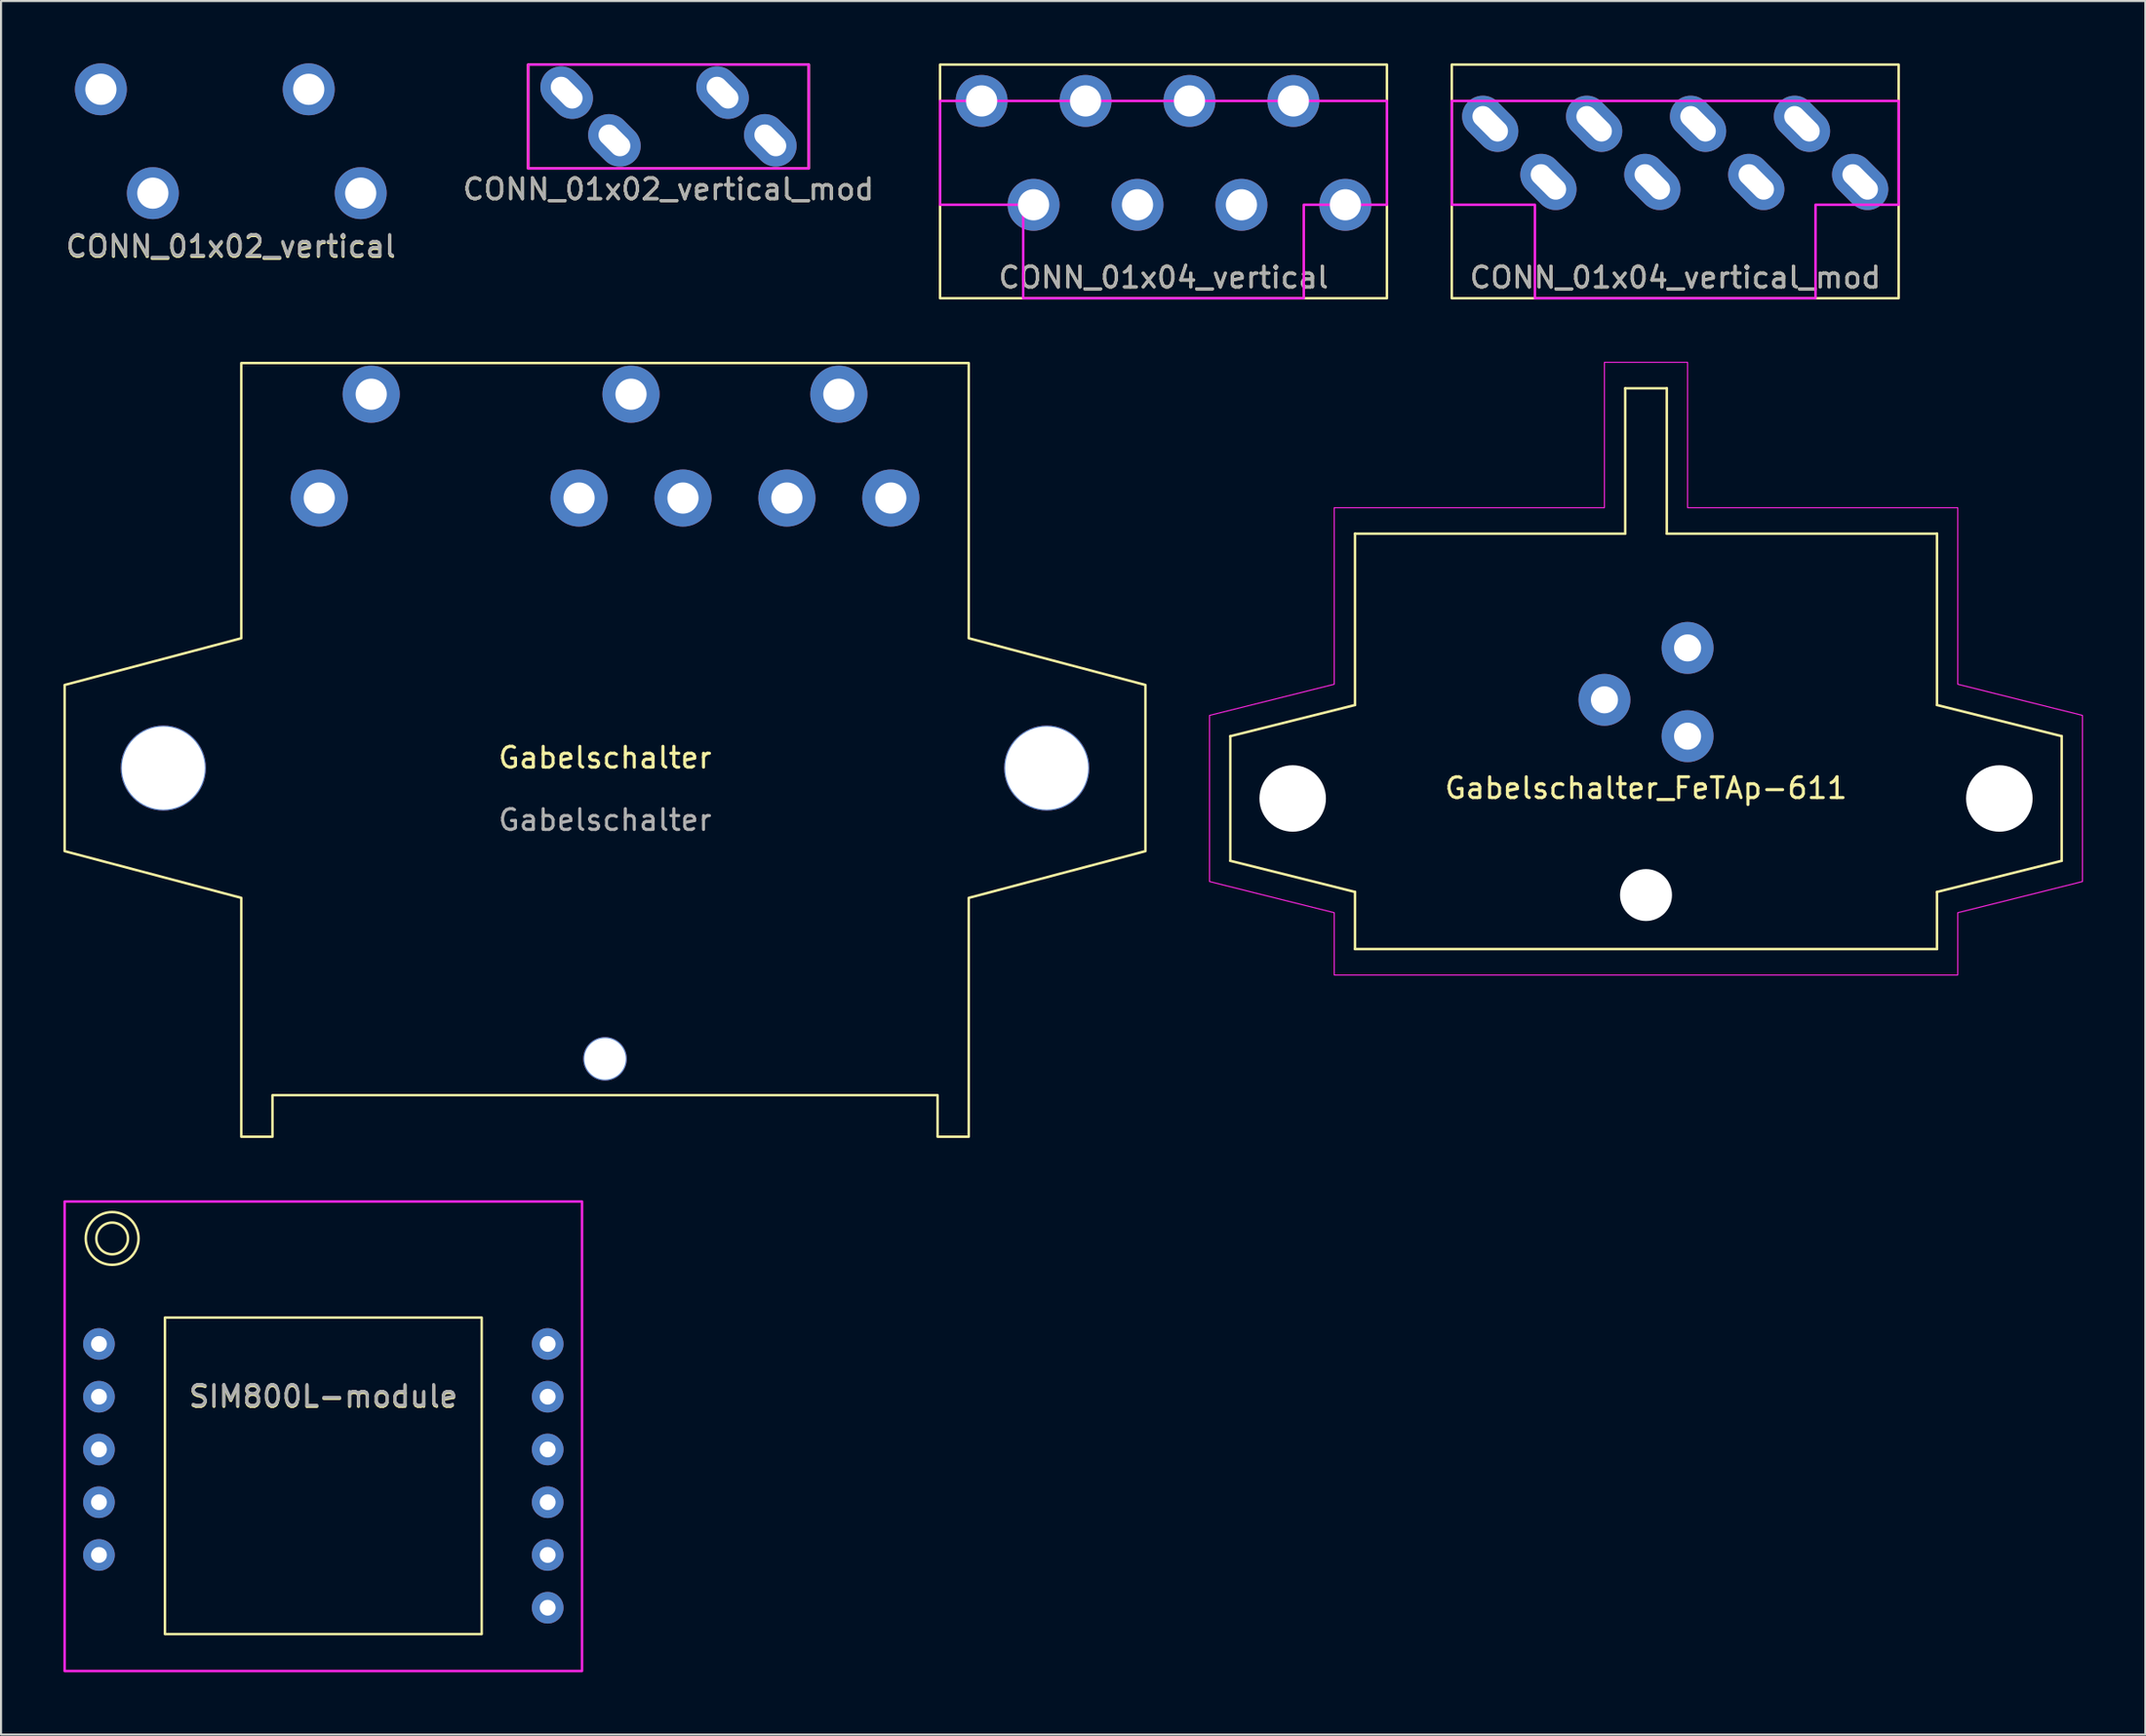
<source format=kicad_pcb>
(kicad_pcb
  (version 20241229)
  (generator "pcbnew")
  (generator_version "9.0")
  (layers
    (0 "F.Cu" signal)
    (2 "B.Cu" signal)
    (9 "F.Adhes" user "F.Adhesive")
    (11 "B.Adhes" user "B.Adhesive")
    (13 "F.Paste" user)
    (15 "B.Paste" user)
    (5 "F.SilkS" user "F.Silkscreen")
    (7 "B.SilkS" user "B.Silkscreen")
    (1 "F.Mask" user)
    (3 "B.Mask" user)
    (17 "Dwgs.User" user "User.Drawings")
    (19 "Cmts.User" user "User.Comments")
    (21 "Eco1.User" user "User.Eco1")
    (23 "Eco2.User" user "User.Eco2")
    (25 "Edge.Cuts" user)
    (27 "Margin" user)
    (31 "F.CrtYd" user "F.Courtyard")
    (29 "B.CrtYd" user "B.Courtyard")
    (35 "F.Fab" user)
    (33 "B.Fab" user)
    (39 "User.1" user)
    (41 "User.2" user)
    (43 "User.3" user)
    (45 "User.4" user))
  (footprint "CONN_01x02_vertical_mod"
    (layer "F.Cu")
    (at 29.113 2.56)
    (property "Reference" "CONN_01x02_vertical_mod" (at 0 3.5 0) (unlocked yes) (layer "F.SilkS") (effects (font (size 1 1) (thickness 0.15))))
    (attr through_hole)
    (fp_rect (start -6.75 -2.5) (end 6.75 2.5) (stroke (width 0.12) (type default)) (fill no) (layer "F.SilkS"))
    (fp_poly (pts (xy -6.75 -2.5) (xy 6.75 -2.5) (xy 6.75 2.5) (xy -6.75 2.5)) (stroke (width 0.12) (type solid)) (fill no) (layer "F.CrtYd"))
    (fp_text user "${REFERENCE}" (at 0 3.5 0) (unlocked yes) (layer "F.Fab") (effects (font (size 1 1) (thickness 0.15))))
    (pad "1" thru_hole oval (at -4.899 -1.149 135) (size 2.75 2) (drill oval 1.75 1) (layers "*.Cu" "*.Mask"))
    (pad "1" thru_hole oval (at -2.601 1.149 135) (size 2.75 2) (drill oval 1.75 1) (layers "*.Cu" "*.Mask"))
    (pad "2" thru_hole oval (at 2.601 -1.149 135) (size 2.75 2) (drill oval 1.75 1) (layers "*.Cu" "*.Mask"))
    (pad "2" thru_hole oval (at 4.899 1.149 135) (size 2.75 2) (drill oval 1.75 1) (layers "*.Cu" "*.Mask")))
  (footprint "SIM800L-module"
    (layer "F.Cu")
    (at 12.506 64.198)
    (property "Reference" "SIM800L-module" (at 0 0.008 0) (unlocked yes) (layer "F.SilkS") (effects (font (size 1 1) (thickness 0.15))))
    (attr through_hole)
    (fp_rect (start -7.62 -3.81) (end 7.62 11.43) (stroke (width 0.12) (type default)) (fill no) (layer "F.SilkS"))
    (fp_circle (center -10.16 -7.62) (end -9.398 -7.62) (stroke (width 0.12) (type default)) (fill no) (layer "F.SilkS"))
    (fp_circle (center -10.16 -7.62) (end -8.89 -7.62) (stroke (width 0.12) (type default)) (fill no) (layer "F.SilkS"))
    (fp_rect (start -12.446 -9.398) (end 12.446 13.208) (stroke (width 0.12) (type default)) (fill no) (layer "F.CrtYd"))
    (fp_text user "${REFERENCE}" (at 0 -0.04 0) (unlocked yes) (layer "F.Fab") (effects (font (size 1 1) (thickness 0.15))))
    (pad "1" thru_hole circle (at -10.795 -2.54) (size 1.524 1.524) (drill 0.762) (layers "*.Cu" "*.Mask"))
    (pad "2" thru_hole circle (at -10.795 0) (size 1.524 1.524) (drill 0.762) (layers "*.Cu" "*.Mask"))
    (pad "3" thru_hole circle (at -10.795 2.54) (size 1.524 1.524) (drill 0.762) (layers "*.Cu" "*.Mask"))
    (pad "4" thru_hole circle (at -10.795 5.08) (size 1.524 1.524) (drill 0.762) (layers "*.Cu" "*.Mask"))
    (pad "5" thru_hole circle (at -10.795 7.62) (size 1.524 1.524) (drill 0.762) (layers "*.Cu" "*.Mask"))
    (pad "6" thru_hole circle (at 10.795 10.16) (size 1.524 1.524) (drill 0.762) (layers "*.Cu" "*.Mask"))
    (pad "7" thru_hole circle (at 10.795 7.62) (size 1.524 1.524) (drill 0.762) (layers "*.Cu" "*.Mask"))
    (pad "8" thru_hole circle (at 10.795 5.08) (size 1.524 1.524) (drill 0.762) (layers "*.Cu" "*.Mask"))
    (pad "9" thru_hole circle (at 10.795 2.54) (size 1.524 1.524) (drill 0.762) (layers "*.Cu" "*.Mask"))
    (pad "10" thru_hole circle (at 10.795 0) (size 1.524 1.524) (drill 0.762) (layers "*.Cu" "*.Mask"))
    (pad "11" thru_hole circle (at 10.795 -2.54) (size 1.524 1.524) (drill 0.762) (layers "*.Cu" "*.Mask")))
  (footprint "CONN_01x04_vertical_mod"
    (layer "F.Cu")
    (at 77.549 4.31)
    (property "Reference" "CONN_01x04_vertical_mod" (at 0 6 0) (unlocked yes) (layer "F.SilkS") (effects (font (size 1 1) (thickness 0.15))))
    (attr through_hole)
    (fp_rect (start -10.75 -4.25) (end 10.75 7) (stroke (width 0.12) (type default)) (fill no) (layer "F.SilkS"))
    (fp_poly (pts (xy -10.75 -2.5) (xy 10.75 -2.5) (xy 10.75 2.5) (xy 6.75 2.5) (xy 6.75 7) (xy -6.75 7) (xy -6.75 2.5) (xy -10.75 2.5)) (stroke (width 0.12) (type solid)) (fill no) (layer "F.CrtYd"))
    (fp_line (start -7.6 -0.1) (end -7.4 0.1) (stroke (width 0.12) (type default)) (layer "User.3"))
    (fp_line (start -7.4 -0.1) (end -7.6 0.1) (stroke (width 0.12) (type default)) (layer "User.3"))
    (fp_line (start -2.6 -0.1) (end -2.4 0.1) (stroke (width 0.12) (type default)) (layer "User.3"))
    (fp_line (start -2.4 -0.1) (end -2.6 0.1) (stroke (width 0.12) (type default)) (layer "User.3"))
    (fp_line (start 2.4 -0.1) (end 2.6 0.1) (stroke (width 0.12) (type default)) (layer "User.3"))
    (fp_line (start 2.6 -0.1) (end 2.4 0.1) (stroke (width 0.12) (type default)) (layer "User.3"))
    (fp_line (start 7.4 -0.1) (end 7.6 0.1) (stroke (width 0.12) (type default)) (layer "User.3"))
    (fp_line (start 7.6 -0.1) (end 7.4 0.1) (stroke (width 0.12) (type default)) (layer "User.3"))
    (fp_text user "${REFERENCE}" (at 0 6 0) (unlocked yes) (layer "F.Fab") (effects (font (size 1 1) (thickness 0.15))))
    (pad "1" thru_hole oval (at -8.9 -1.4 135) (size 3 2) (drill oval 2 1) (layers "*.Cu" "*.Mask"))
    (pad "1" thru_hole oval (at -6.1 1.4 135) (size 3 2) (drill oval 2 1) (layers "*.Cu" "*.Mask"))
    (pad "2" thru_hole oval (at -3.9 -1.4 135) (size 3 2) (drill oval 2 1) (layers "*.Cu" "*.Mask"))
    (pad "2" thru_hole oval (at -1.1 1.4 135) (size 3 2) (drill oval 2 1) (layers "*.Cu" "*.Mask"))
    (pad "3" thru_hole oval (at 1.1 -1.4 135) (size 3 2) (drill oval 2 1) (layers "*.Cu" "*.Mask"))
    (pad "3" thru_hole oval (at 3.9 1.4 135) (size 3 2) (drill oval 2 1) (layers "*.Cu" "*.Mask"))
    (pad "4" thru_hole oval (at 6.1 -1.4 135) (size 3 2) (drill oval 2 1) (layers "*.Cu" "*.Mask"))
    (pad "4" thru_hole oval (at 8.9 1.4 135) (size 3 2) (drill oval 2 1) (layers "*.Cu" "*.Mask")))
  (footprint "Gabelschalter_FeTAp-611"
    (layer "F.Cu")
    (at 76.145 35.395)
    (property "Reference" "Gabelschalter_FeTAp-611" (at 0 -0.5 0) (unlocked yes) (layer "F.SilkS") (effects (font (size 1 1) (thickness 0.15))))
    (attr through_hole)
    (fp_line (start -20 -3) (end -20 3) (stroke (width 0.12) (type default)) (layer "F.SilkS"))
    (fp_line (start -20 3) (end -14 4.5) (stroke (width 0.12) (type default)) (layer "F.SilkS"))
    (fp_line (start -14 -12.75) (end -14 -4.5) (stroke (width 0.12) (type default)) (layer "F.SilkS"))
    (fp_line (start -14 -12.75) (end -1 -12.75) (stroke (width 0.12) (type default)) (layer "F.SilkS"))
    (fp_line (start -14 -4.5) (end -20 -3) (stroke (width 0.12) (type default)) (layer "F.SilkS"))
    (fp_line (start -14 7.25) (end -14 4.5) (stroke (width 0.12) (type default)) (layer "F.SilkS"))
    (fp_line (start -14 7.25) (end 14 7.25) (stroke (width 0.12) (type default)) (layer "F.SilkS"))
    (fp_line (start -1 -19.75) (end -1 -12.75) (stroke (width 0.12) (type default)) (layer "F.SilkS"))
    (fp_line (start 1 -19.75) (end -1 -19.75) (stroke (width 0.12) (type default)) (layer "F.SilkS"))
    (fp_line (start 1 -12.75) (end 1 -19.75) (stroke (width 0.12) (type default)) (layer "F.SilkS"))
    (fp_line (start 1 -12.75) (end 14 -12.75) (stroke (width 0.12) (type default)) (layer "F.SilkS"))
    (fp_line (start 14 -12.75) (end 14 -4.5) (stroke (width 0.12) (type default)) (layer "F.SilkS"))
    (fp_line (start 14 4.5) (end 20 3) (stroke (width 0.12) (type default)) (layer "F.SilkS"))
    (fp_line (start 14 7.25) (end 14 4.5) (stroke (width 0.12) (type default)) (layer "F.SilkS"))
    (fp_line (start 20 -3) (end 14 -4.5) (stroke (width 0.12) (type default)) (layer "F.SilkS"))
    (fp_line (start 20 3) (end 20 -3) (stroke (width 0.12) (type default)) (layer "F.SilkS"))
    (fp_poly (pts (xy -21 -4) (xy -21 4) (xy -15 5.5) (xy -15 8.5) (xy 15 8.5) (xy 15 5.5) (xy 21 4) (xy 21 -4) (xy 15 -5.5) (xy 15 -14) (xy 2 -14) (xy 2 -21) (xy -2 -21) (xy -2 -14) (xy -15 -14) (xy -15 -5.5)) (stroke (width 0.05) (type solid)) (fill no) (layer "F.CrtYd"))
    (pad "" np_thru_hole circle (at -17 0) (size 3.2 3.2) (drill 3.2) (layers "*.Cu" "*.Mask"))
    (pad "" np_thru_hole circle (at 0 4.65) (size 2.5 2.5) (drill 2.5) (layers "*.Cu" "*.Mask"))
    (pad "" np_thru_hole circle (at 17 0) (size 3.2 3.2) (drill 3.2) (layers "*.Cu" "*.Mask"))
    (pad "1" thru_hole circle (at 2 -3) (size 2.5 2.5) (drill 1.3) (layers "*.Cu" "*.Mask"))
    (pad "2" thru_hole circle (at -2 -4.75) (size 2.5 2.5) (drill 1.3) (layers "*.Cu" "*.Mask"))
    (pad "3" thru_hole circle (at 2 -7.25) (size 2.5 2.5) (drill 1.3) (layers "*.Cu" "*.Mask")))
  (footprint "CONN_01x04_vertical"
    (layer "F.Cu")
    (at 52.929 4.31)
    (property "Reference" "CONN_01x04_vertical" (at 0 6 0) (unlocked yes) (layer "F.SilkS") (effects (font (size 1 1) (thickness 0.15))))
    (attr through_hole)
    (fp_rect (start -10.75 -4.25) (end 10.75 7) (stroke (width 0.12) (type default)) (fill no) (layer "F.SilkS"))
    (fp_poly (pts (xy -10.75 -2.5) (xy 10.75 -2.5) (xy 10.75 2.5) (xy 6.75 2.5) (xy 6.75 7) (xy -6.75 7) (xy -6.75 2.5) (xy -10.75 2.5)) (stroke (width 0.12) (type solid)) (fill no) (layer "F.CrtYd"))
    (fp_text user "${REFERENCE}" (at 0 6 0) (unlocked yes) (layer "F.Fab") (effects (font (size 1 1) (thickness 0.15))))
    (pad "1" thru_hole circle (at -8.75 -2.5) (size 2.5 2.5) (drill 1.5) (layers "*.Cu" "*.Mask"))
    (pad "1" thru_hole circle (at -6.25 2.5) (size 2.5 2.5) (drill 1.5) (layers "*.Cu" "*.Mask"))
    (pad "2" thru_hole circle (at -3.75 -2.5) (size 2.5 2.5) (drill 1.5) (layers "*.Cu" "*.Mask"))
    (pad "2" thru_hole circle (at -1.25 2.5) (size 2.5 2.5) (drill 1.5) (layers "*.Cu" "*.Mask"))
    (pad "3" thru_hole circle (at 1.25 -2.5) (size 2.5 2.5) (drill 1.5) (layers "*.Cu" "*.Mask"))
    (pad "3" thru_hole circle (at 3.75 2.5) (size 2.5 2.5) (drill 1.5) (layers "*.Cu" "*.Mask"))
    (pad "4" thru_hole circle (at 6.25 -2.5) (size 2.5 2.5) (drill 1.5) (layers "*.Cu" "*.Mask"))
    (pad "4" thru_hole circle (at 8.75 2.5) (size 2.5 2.5) (drill 1.5) (layers "*.Cu" "*.Mask")))
  (footprint "Gabelschalter"
    (layer "F.Cu")
    (at 26.06 33.93)
    (property "Reference" "Gabelschalter" (at 0 -0.5 0) (unlocked yes) (layer "F.SilkS") (effects (font (size 1 1) (thickness 0.15))))
    (attr through_hole)
    (fp_poly (pts (xy -17.5 -19.5) (xy 17.5 -19.5) (xy 17.5 -6.25) (xy 26 -4) (xy 26 4) (xy 17.5 6.25) (xy 17.5 17.75) (xy 16 17.75) (xy 16 15.75) (xy -16 15.75) (xy -16 17.75) (xy -17.5 17.75) (xy -17.5 6.25) (xy -26 4) (xy -26 -4) (xy -17.5 -6.25)) (stroke (width 0.12) (type solid)) (fill no) (layer "F.SilkS"))
    (fp_text user "${REFERENCE}" (at 0 2.5 0) (unlocked yes) (layer "F.Fab") (effects (font (size 1 1) (thickness 0.15))))
    (pad "" np_thru_hole circle (at -21.25 0) (size 4.1 4.1) (drill 4) (layers "*.Cu" "*.Mask"))
    (pad "" np_thru_hole circle (at 0 14) (size 2.1 2.1) (drill 2) (layers "*.Cu" "*.Mask"))
    (pad "" np_thru_hole circle (at 21.25 0) (size 4.1 4.1) (drill 4) (layers "*.Cu" "*.Mask"))
    (pad "1" thru_hole circle (at -13.75 -13) (size 2.75 2.75) (drill 1.5) (layers "*.Cu" "*.Mask"))
    (pad "2" thru_hole circle (at -11.25 -18) (size 2.75 2.75) (drill 1.5) (layers "*.Cu" "*.Mask"))
    (pad "3" thru_hole circle (at -1.25 -13) (size 2.75 2.75) (drill 1.5) (layers "*.Cu" "*.Mask"))
    (pad "4" thru_hole circle (at 1.25 -18) (size 2.75 2.75) (drill 1.5) (layers "*.Cu" "*.Mask"))
    (pad "5" thru_hole circle (at 3.75 -13) (size 2.75 2.75) (drill 1.5) (layers "*.Cu" "*.Mask"))
    (pad "6" thru_hole circle (at 8.75 -13) (size 2.75 2.75) (drill 1.5) (layers "*.Cu" "*.Mask"))
    (pad "7" thru_hole circle (at 11.25 -18) (size 2.75 2.75) (drill 1.5) (layers "*.Cu" "*.Mask"))
    (pad "8" thru_hole circle (at 13.75 -13) (size 2.75 2.75) (drill 1.5) (layers "*.Cu" "*.Mask")))
  (footprint "CONN_01x02_vertical"
    (layer "F.Cu")
    (at 8.054 3.75)
    (property "Reference" "CONN_01x02_vertical" (at 0 5.088 0) (unlocked yes) (layer "F.SilkS") (effects (font (size 1 1) (thickness 0.15))))
    (attr through_hole)
    (fp_text user "${REFERENCE}" (at 0 5.04 0) (unlocked yes) (layer "F.Fab") (effects (font (size 1 1) (thickness 0.15))))
    (pad "1" thru_hole circle (at -6.25 -2.5) (size 2.5 2.5) (drill 1.5) (layers "*.Cu" "*.Mask"))
    (pad "1" thru_hole circle (at -3.75 2.5) (size 2.5 2.5) (drill 1.5) (layers "*.Cu" "*.Mask"))
    (pad "2" thru_hole circle (at 3.75 -2.5) (size 2.5 2.5) (drill 1.5) (layers "*.Cu" "*.Mask"))
    (pad "2" thru_hole circle (at 6.25 2.5) (size 2.5 2.5) (drill 1.5) (layers "*.Cu" "*.Mask")))
  (gr_rect
    (start -3 -3)
    (end 100.17 80.466)
    (stroke (width 0.1) (type default))
    (fill no)
    (layer "Edge.Cuts")))
</source>
